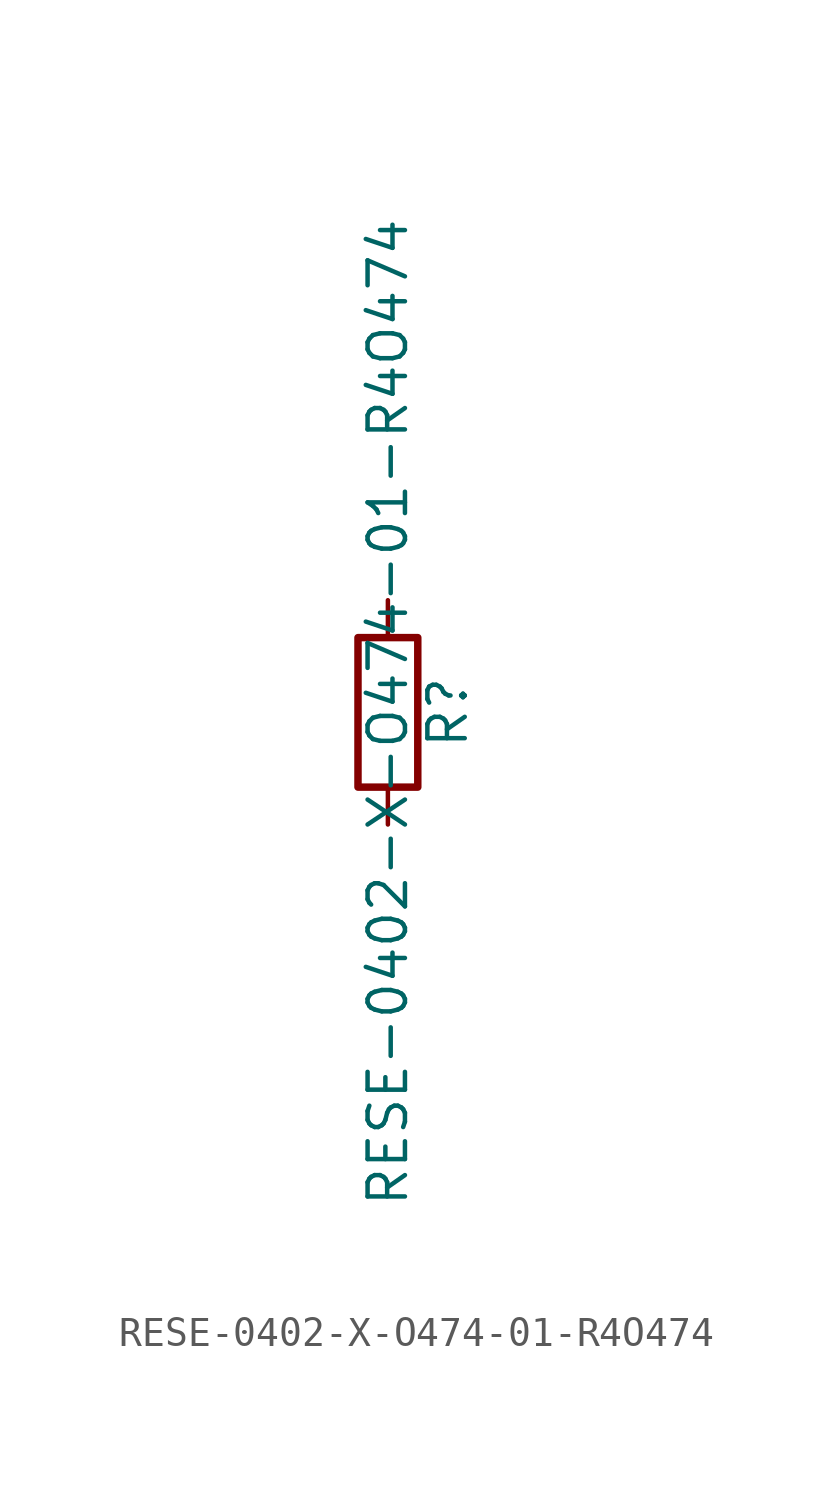
<source format=kicad_sym>
(kicad_symbol_lib
  (version 20211014)
  (generator kicad_symbol_editor)
  (symbol "RESE-0402-X-O474-01-R4O474"
    (pin_numbers hide)
    (pin_names
      (offset 0))
    (property "Reference" "R"
      (at 2.032 0 90)
      (effects (font (size 1.27 1.27))))
    (property "Value" "RESE-0402-X-O474-01-R4O474"
      (at 0 0 90)
      (effects (font (size 1.27 1.27))))
    (symbol "RESE-0402-X-O474-01-R4O474_0_1"
      (rectangle (start -1.016 -2.54) (end 1.016 2.54) (stroke (width 0.254) (type default) (color 0 0 0 0)) (fill (type none))))
    (symbol "RESE-0402-X-O474-01-R4O474_1_1"
      (pin passive line (at 0 3.81 270) (length 1.27) (name "~" (effects (font (size 1.27 1.27)))) (number "1" (effects (font (size 1.27 1.27)))))
      (pin passive line (at 0 -3.81 90) (length 1.27) (name "~" (effects (font (size 1.27 1.27)))) (number "2" (effects (font (size 1.27 1.27))))))))
</source>
